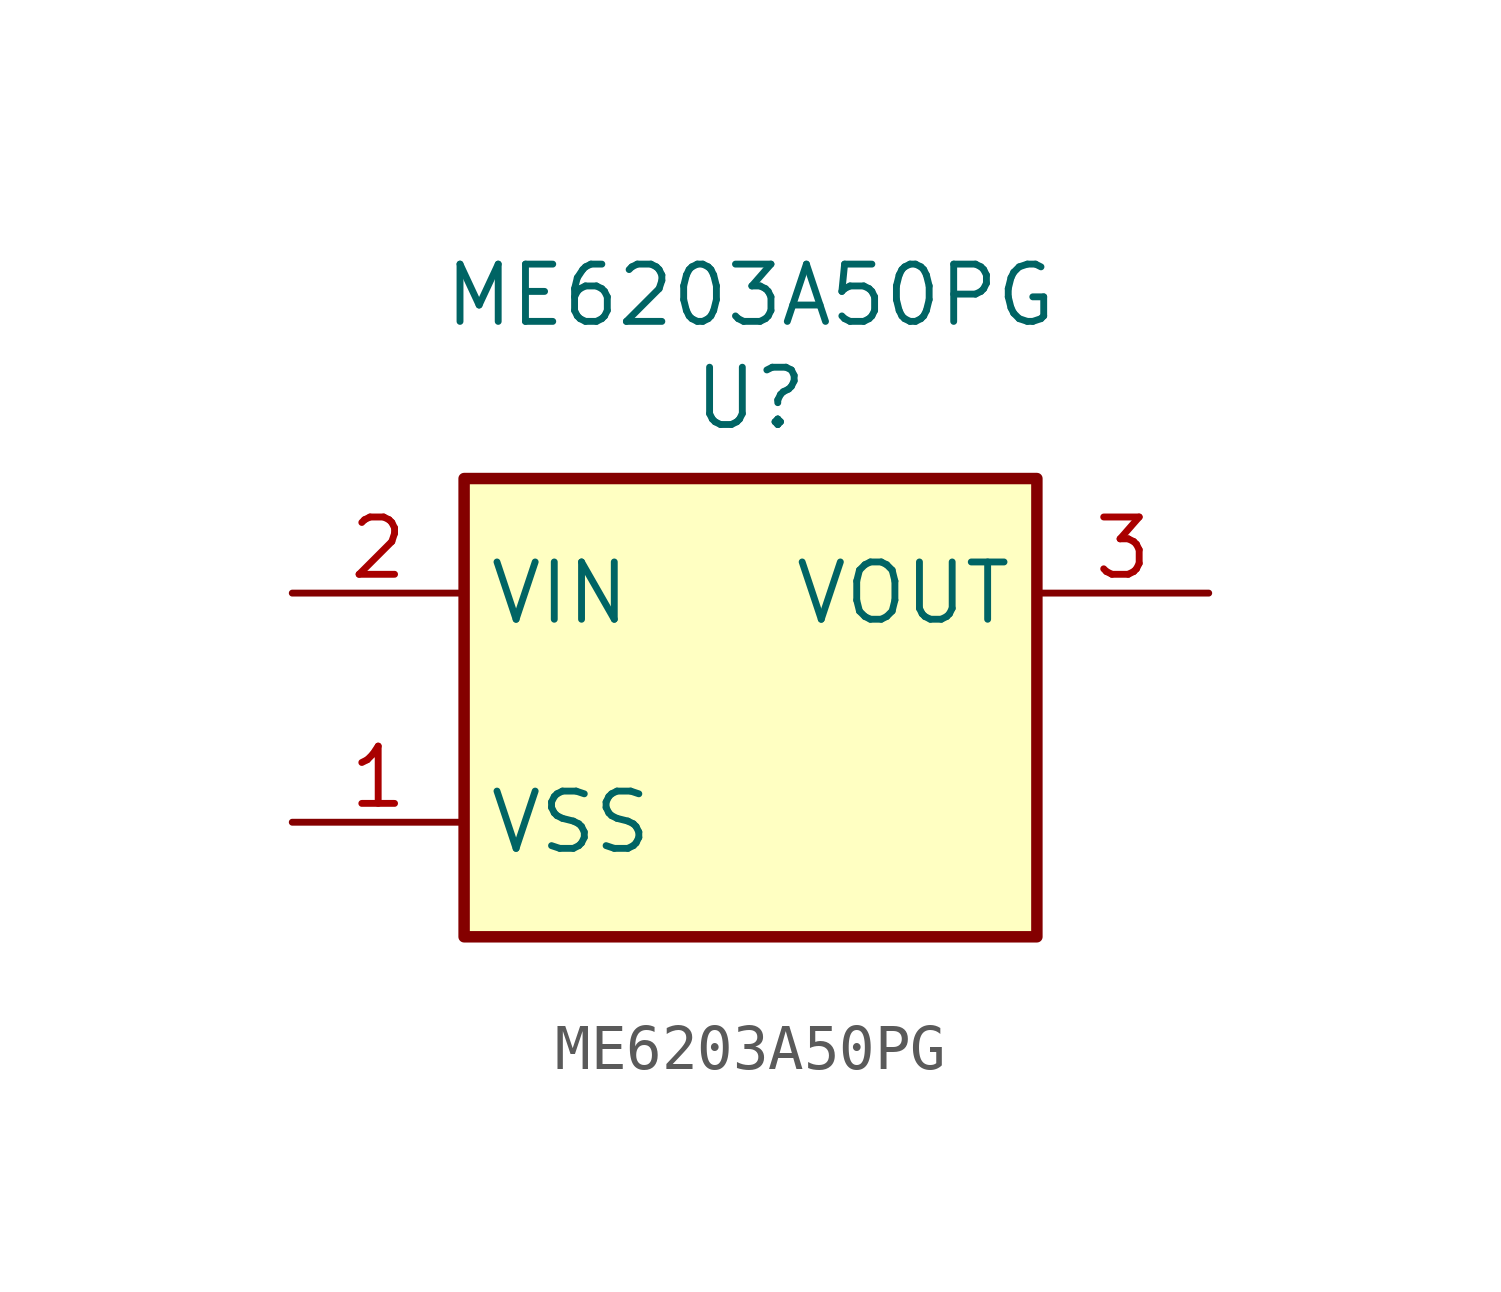
<source format=kicad_sym>
(kicad_symbol_lib
  (version 20241209)
  (generator "kicad_symbol_editor")
  (generator_version "9.0")
  (symbol "ME6203A50PG"
    (property "Reference" "U"
      (at 0 6.858 0)
      (effects (font (size 1.27 1.27))))
    (property "Value" "ME6203A50PG"
      (at 0 9.144 0)
      (effects (font (size 1.27 1.27))))
    (symbol "ME6203A50PG_1_1"
      (rectangle (start -6.35 5.08) (end 6.35 -5.08) (stroke (width 0.254) (type default)) (fill (type background)))
      (pin power_in line (at -10.16 2.54 0) (length 3.81) (name "VIN" (effects (font (size 1.27 1.27)))) (number "2" (effects (font (size 1.27 1.27)))))
      (pin power_in line (at -10.16 -2.54 0) (length 3.81) (name "VSS" (effects (font (size 1.27 1.27)))) (number "1" (effects (font (size 1.27 1.27)))))
      (pin power_out line (at 10.16 2.54 180) (length 3.81) (name "VOUT" (effects (font (size 1.27 1.27)))) (number "3" (effects (font (size 1.27 1.27))))))))
</source>
